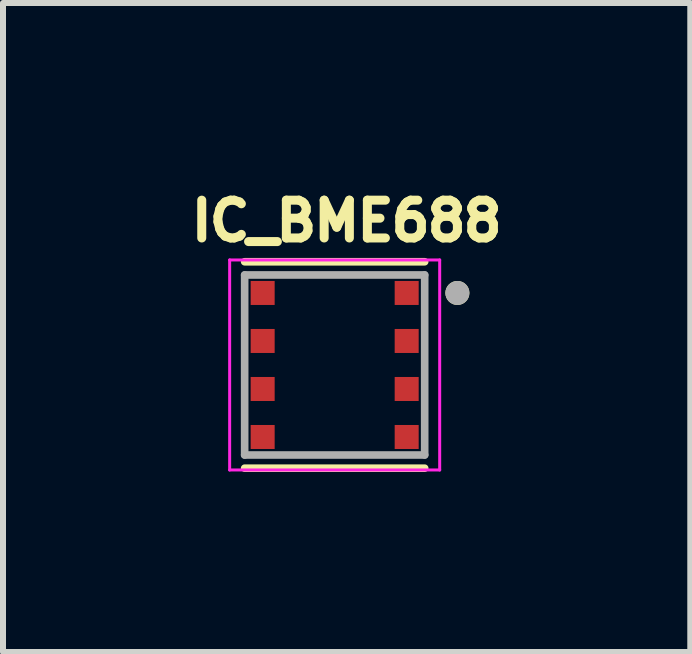
<source format=kicad_pcb>
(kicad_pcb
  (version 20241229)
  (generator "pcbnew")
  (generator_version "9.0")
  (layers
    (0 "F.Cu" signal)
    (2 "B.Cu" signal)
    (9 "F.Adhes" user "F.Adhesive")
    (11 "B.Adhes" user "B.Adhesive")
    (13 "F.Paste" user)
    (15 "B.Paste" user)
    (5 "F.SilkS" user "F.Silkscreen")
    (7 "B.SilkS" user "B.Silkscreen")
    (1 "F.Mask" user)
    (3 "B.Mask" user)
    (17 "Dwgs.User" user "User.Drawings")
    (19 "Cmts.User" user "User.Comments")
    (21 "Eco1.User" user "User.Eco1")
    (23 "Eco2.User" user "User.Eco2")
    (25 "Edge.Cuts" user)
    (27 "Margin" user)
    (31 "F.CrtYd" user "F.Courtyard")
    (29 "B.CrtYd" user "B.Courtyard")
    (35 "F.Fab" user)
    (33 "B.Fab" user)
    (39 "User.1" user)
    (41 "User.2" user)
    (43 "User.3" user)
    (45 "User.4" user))
  (footprint "IC_BME688"
    (layer "F.Cu")
    (at 2.527 3.032)
    (property "Reference" "IC_BME688" (at 0.2 -2.4 0) (layer "F.SilkS") (effects (font (size 0.63 0.63) (thickness 0.15))))
    (attr smd)
    (fp_line (start -1.5 1.72) (end 1.5 1.72) (stroke (width 0.127) (type solid)) (layer "F.SilkS"))
    (fp_line (start 1.5 -1.72) (end -1.5 -1.72) (stroke (width 0.127) (type solid)) (layer "F.SilkS"))
    (fp_circle (center 2.045 -1.2) (end 2.145 -1.2) (stroke (width 0.2) (type solid)) (fill no) (layer "F.SilkS"))
    (fp_line (start -1.75 -1.75) (end 1.75 -1.75) (stroke (width 0.05) (type solid)) (layer "F.CrtYd"))
    (fp_line (start -1.75 1.75) (end -1.75 -1.75) (stroke (width 0.05) (type solid)) (layer "F.CrtYd"))
    (fp_line (start 1.75 -1.75) (end 1.75 1.75) (stroke (width 0.05) (type solid)) (layer "F.CrtYd"))
    (fp_line (start 1.75 1.75) (end -1.75 1.75) (stroke (width 0.05) (type solid)) (layer "F.CrtYd"))
    (fp_line (start -1.5 -1.5) (end -1.5 1.5) (stroke (width 0.127) (type solid)) (layer "F.Fab"))
    (fp_line (start -1.5 1.5) (end 1.5 1.5) (stroke (width 0.127) (type solid)) (layer "F.Fab"))
    (fp_line (start 1.5 -1.5) (end -1.5 -1.5) (stroke (width 0.127) (type solid)) (layer "F.Fab"))
    (fp_line (start 1.5 1.5) (end 1.5 -1.5) (stroke (width 0.127) (type solid)) (layer "F.Fab"))
    (fp_circle (center 2.045 -1.2) (end 2.145 -1.2) (stroke (width 0.2) (type solid)) (fill no) (layer "F.Fab"))
    (pad "1" smd rect (at 1.2 -1.2) (size 0.4 0.4) (layers "F.Cu" "F.Mask" "F.Paste"))
    (pad "2" smd rect (at 1.2 -0.4) (size 0.4 0.4) (layers "F.Cu" "F.Mask" "F.Paste"))
    (pad "3" smd rect (at 1.2 0.4) (size 0.4 0.4) (layers "F.Cu" "F.Mask" "F.Paste"))
    (pad "4" smd rect (at 1.2 1.2) (size 0.4 0.4) (layers "F.Cu" "F.Mask" "F.Paste"))
    (pad "5" smd rect (at -1.2 1.2) (size 0.4 0.4) (layers "F.Cu" "F.Mask" "F.Paste"))
    (pad "6" smd rect (at -1.2 0.4) (size 0.4 0.4) (layers "F.Cu" "F.Mask" "F.Paste"))
    (pad "7" smd rect (at -1.2 -0.4) (size 0.4 0.4) (layers "F.Cu" "F.Mask" "F.Paste"))
    (pad "8" smd rect (at -1.2 -1.2) (size 0.4 0.4) (layers "F.Cu" "F.Mask" "F.Paste")))
  (gr_rect
    (start -3 -3)
    (end 8.453 7.815)
    (stroke (width 0.1) (type default))
    (fill no)
    (layer "Edge.Cuts")))
</source>
